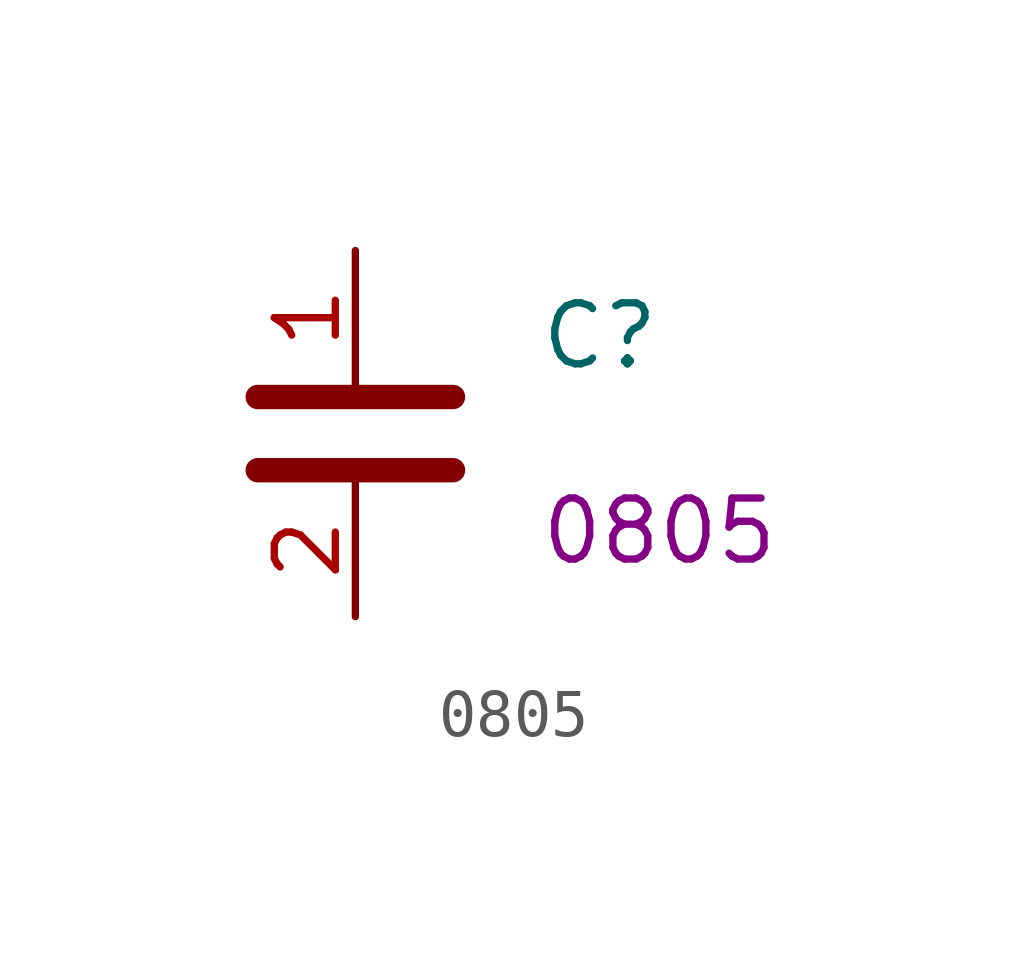
<source format=kicad_sym>
(kicad_symbol_lib
  (version 20241209)
  (generator "kicad_symbol_editor")
  (generator_version "9.0")
  (symbol "0805"
    (property "Reference" "C"
      (at 3.81 2.032 0)
      (effects (font (size 1.27 1.27)) (justify left)))
    (property "Value" ""
      (at 3.81 0 0)
      (effects (font (size 1.27 1.27)) (justify left)))
    (property "FOOTPRINT_SHORT" "0805"
      (at 3.81 -2.032 0)
      (effects (font (size 1.27 1.27)) (justify left)))
    (symbol "0805_0_1"
      (polyline (pts (xy -2.032 0.762) (xy 2.032 0.762)) (stroke (width 0.508) (type default)) (fill (type none)))
      (polyline (pts (xy -2.032 -0.762) (xy 2.032 -0.762)) (stroke (width 0.508) (type default)) (fill (type none))))
    (symbol "0805_1_1"
      (pin passive line (at 0 3.81 270) (length 2.794) (name "~" (effects (font (size 1.27 1.27)))) (number "1" (effects (font (size 1.27 1.27)))))
      (pin passive line (at 0 -3.81 90) (length 2.794) (name "~" (effects (font (size 1.27 1.27)))) (number "2" (effects (font (size 1.27 1.27))))))))
</source>
